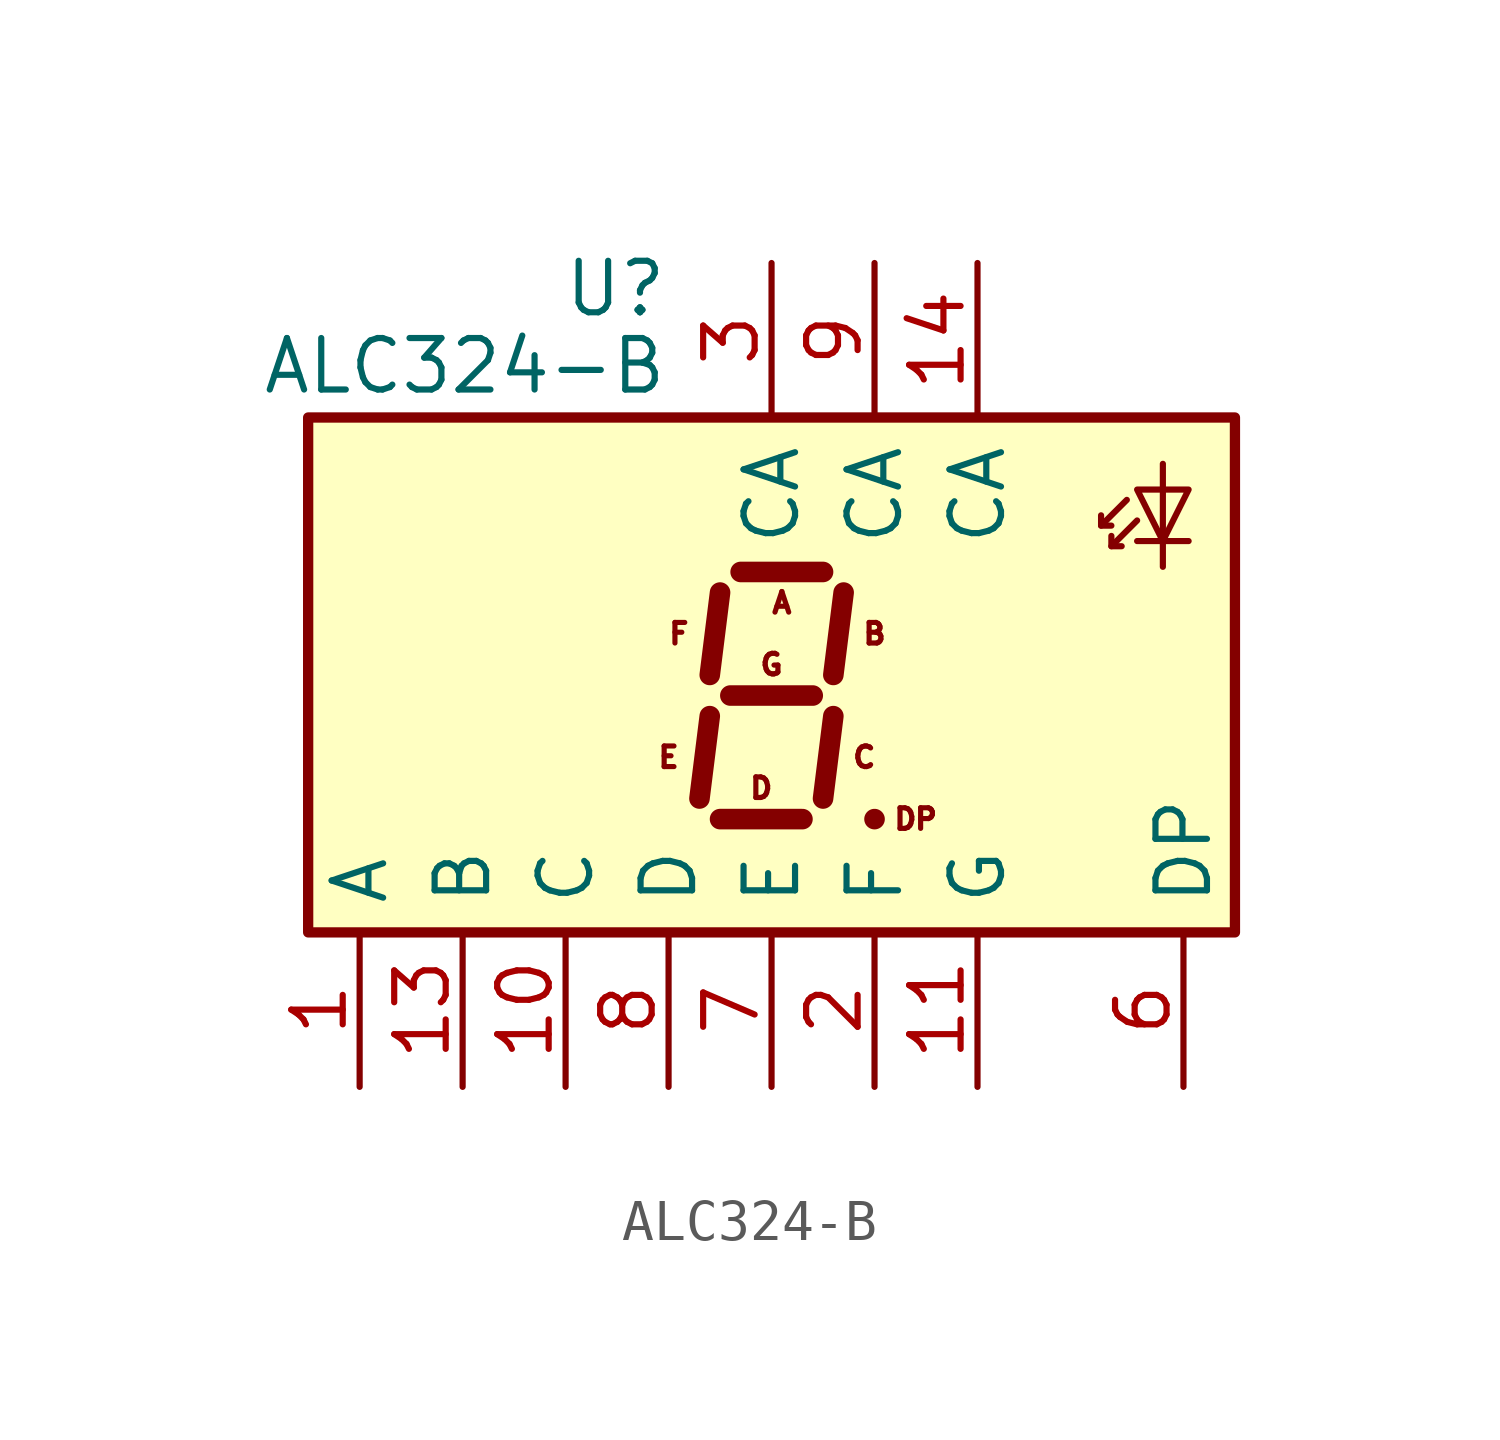
<source format=kicad_sym>
(kicad_symbol_lib
  (version 20231120)
  (generator "kicad_symbol_editor")
  (generator_version "8.0")
  (symbol "ALC324-B"
    (pin_names
      (offset 0.635))
    (property "Reference" "U"
      (at -3.81 9.525 0)
      (effects (font (size 1.27 1.27)) (justify right)))
    (property "Value" "ALC324-B"
      (at -3.81 7.62 0)
      (effects (font (size 1.27 1.27)) (justify right)))
    (symbol "ALC324-B_0_0"
      (text "A" (at -1.016 1.778 0) (effects (font (size 0.508 0.508))))
      (text "B" (at 1.27 1.016 0) (effects (font (size 0.508 0.508))))
      (text "C" (at 1.016 -2.032 0) (effects (font (size 0.508 0.508))))
      (text "D" (at -1.524 -2.794 0) (effects (font (size 0.508 0.508))))
      (text "DP" (at 2.286 -3.556 0) (effects (font (size 0.508 0.508))))
      (text "E" (at -3.81 -2.032 0) (effects (font (size 0.508 0.508))))
      (text "F" (at -3.556 1.016 0) (effects (font (size 0.508 0.508))))
      (text "G" (at -1.27 0.254 0) (effects (font (size 0.508 0.508)))))
    (symbol "ALC324-B_0_1"
      (rectangle (start -12.7 -6.35) (end 10.16 6.35) (stroke (width 0.254) (type default)) (fill (type background)))
      (polyline (pts (xy -2.794 -1.016) (xy -3.048 -3.048)) (stroke (width 0.508) (type default)) (fill (type none)))
      (polyline (pts (xy -2.54 -3.556) (xy -0.508 -3.556)) (stroke (width 0.508) (type default)) (fill (type none)))
      (polyline (pts (xy -2.54 2.032) (xy -2.794 0)) (stroke (width 0.508) (type default)) (fill (type none)))
      (polyline (pts (xy -2.286 -0.508) (xy -0.254 -0.508)) (stroke (width 0.508) (type default)) (fill (type none)))
      (polyline (pts (xy -2.032 2.54) (xy 0 2.54)) (stroke (width 0.508) (type default)) (fill (type none)))
      (polyline (pts (xy 0.254 -1.016) (xy 0 -3.048)) (stroke (width 0.508) (type default)) (fill (type none)))
      (polyline (pts (xy 0.508 2.032) (xy 0.254 0)) (stroke (width 0.508) (type default)) (fill (type none)))
      (polyline (pts (xy 1.27 -3.556) (xy 1.27 -3.556)) (stroke (width 0.508) (type default)) (fill (type none)))
      (polyline (pts (xy 7.493 4.318) (xy 6.858 3.683)) (stroke (width 0) (type default)) (fill (type none)))
      (polyline (pts (xy 7.747 3.302) (xy 9.017 3.302)) (stroke (width 0) (type default)) (fill (type none)))
      (polyline (pts (xy 7.747 3.81) (xy 7.112 3.175)) (stroke (width 0) (type default)) (fill (type none)))
      (polyline (pts (xy 8.382 2.667) (xy 8.382 5.207)) (stroke (width 0) (type default)) (fill (type none)))
      (polyline (pts (xy 6.858 3.937) (xy 6.858 3.683) (xy 7.112 3.683)) (stroke (width 0) (type default)) (fill (type none)))
      (polyline (pts (xy 7.112 3.429) (xy 7.112 3.175) (xy 7.366 3.175)) (stroke (width 0) (type default)) (fill (type none)))
      (polyline (pts (xy 7.747 4.572) (xy 9.017 4.572) (xy 8.382 3.302) (xy 7.747 4.572)) (stroke (width 0) (type default)) (fill (type none))))
    (symbol "ALC324-B_1_1"
      (pin input line (at -11.43 -10.16 90) (length 3.81) (name "A" (effects (font (size 1.27 1.27)))) (number "1" (effects (font (size 1.27 1.27)))))
      (pin input line (at -6.35 -10.16 90) (length 3.81) (name "C" (effects (font (size 1.27 1.27)))) (number "10" (effects (font (size 1.27 1.27)))))
      (pin input line (at 3.81 -10.16 90) (length 3.81) (name "G" (effects (font (size 1.27 1.27)))) (number "11" (effects (font (size 1.27 1.27)))))
      (pin input line (at -8.89 -10.16 90) (length 3.81) (name "B" (effects (font (size 1.27 1.27)))) (number "13" (effects (font (size 1.27 1.27)))))
      (pin input line (at 3.81 10.16 270) (length 3.81) (name "CA" (effects (font (size 1.27 1.27)))) (number "14" (effects (font (size 1.27 1.27)))))
      (pin input line (at 1.27 -10.16 90) (length 3.81) (name "F" (effects (font (size 1.27 1.27)))) (number "2" (effects (font (size 1.27 1.27)))))
      (pin input line (at -1.27 10.16 270) (length 3.81) (name "CA" (effects (font (size 1.27 1.27)))) (number "3" (effects (font (size 1.27 1.27)))))
      (pin input line (at 8.89 -10.16 90) (length 3.81) (name "DP" (effects (font (size 1.27 1.27)))) (number "6" (effects (font (size 1.27 1.27)))))
      (pin input line (at -1.27 -10.16 90) (length 3.81) (name "E" (effects (font (size 1.27 1.27)))) (number "7" (effects (font (size 1.27 1.27)))))
      (pin input line (at -3.81 -10.16 90) (length 3.81) (name "D" (effects (font (size 1.27 1.27)))) (number "8" (effects (font (size 1.27 1.27)))))
      (pin input line (at 1.27 10.16 270) (length 3.81) (name "CA" (effects (font (size 1.27 1.27)))) (number "9" (effects (font (size 1.27 1.27))))))))
</source>
